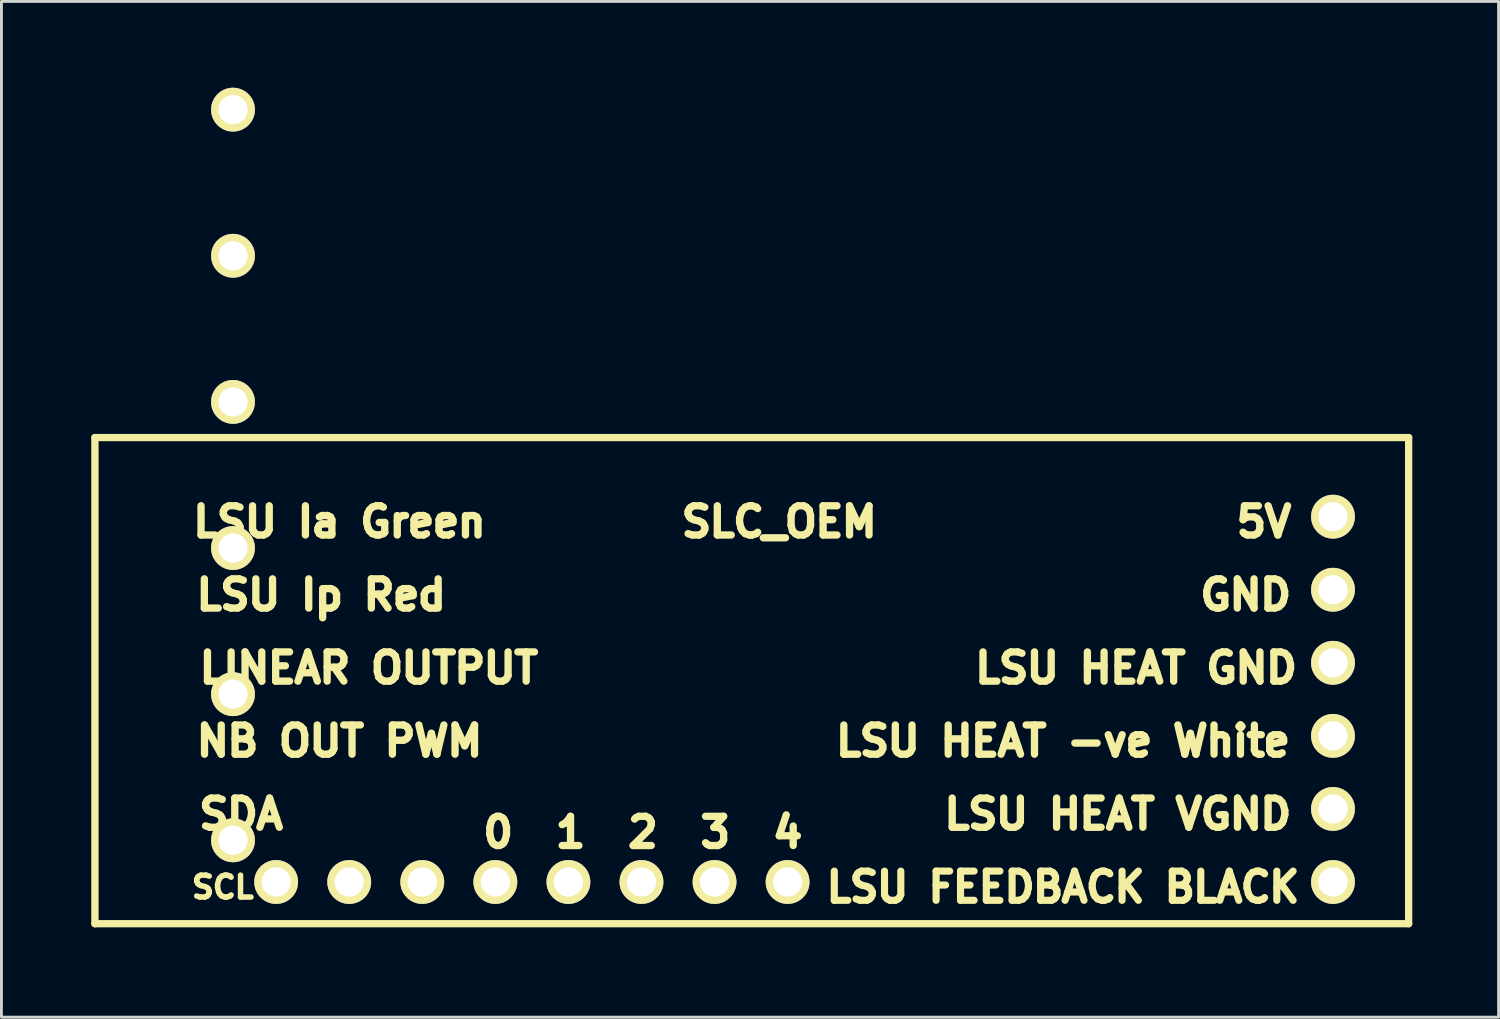
<source format=kicad_pcb>
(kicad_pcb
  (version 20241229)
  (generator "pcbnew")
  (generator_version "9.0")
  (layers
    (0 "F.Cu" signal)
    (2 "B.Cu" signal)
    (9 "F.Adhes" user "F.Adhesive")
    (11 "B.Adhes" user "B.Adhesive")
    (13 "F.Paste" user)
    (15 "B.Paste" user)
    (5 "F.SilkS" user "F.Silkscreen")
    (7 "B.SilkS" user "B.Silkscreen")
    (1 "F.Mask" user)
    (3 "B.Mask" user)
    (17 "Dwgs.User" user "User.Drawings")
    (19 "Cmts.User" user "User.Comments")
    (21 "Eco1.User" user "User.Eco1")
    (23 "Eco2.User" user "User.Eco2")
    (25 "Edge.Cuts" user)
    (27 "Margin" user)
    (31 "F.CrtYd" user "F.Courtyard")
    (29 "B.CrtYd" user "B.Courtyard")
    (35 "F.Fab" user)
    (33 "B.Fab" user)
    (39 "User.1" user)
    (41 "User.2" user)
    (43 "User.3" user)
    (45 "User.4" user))
  (footprint "SLC_OEM"
    (layer "F.Cu")
    (at 0.25 29.062)
    (property "Reference" "SLC_OEM" (at 23.79 -13.97 0) (layer "F.SilkS") (effects (font (size 1.016 1.016) (thickness 0.254))))
    (attr through_hole)
    (fp_line (start 0 -16.9) (end 45.67 -16.9) (stroke (width 0.254) (type solid)) (layer "F.SilkS"))
    (fp_line (start 0 0) (end 0 -16.9) (stroke (width 0.254) (type solid)) (layer "F.SilkS"))
    (fp_line (start 45.67 -16.9) (end 45.67 0) (stroke (width 0.254) (type solid)) (layer "F.SilkS"))
    (fp_line (start 45.67 0) (end 0 0) (stroke (width 0.254) (type solid)) (layer "F.SilkS"))
    (fp_text user "LSU Ip Red " (at 8.255 -11.43 0) (layer "F.SilkS") (effects (font (size 1.016 1.016) (thickness 0.254))))
    (fp_text user "LSU HEAT GND" (at 36.195 -8.89 0) (layer "F.SilkS") (effects (font (size 1.016 1.016) (thickness 0.254))))
    (fp_text user "LSU Ia Green " (at 8.89 -13.97 0) (layer "F.SilkS") (effects (font (size 1.016 1.016) (thickness 0.254))))
    (fp_text user "NB OUT PWM " (at 8.89 -6.35 0) (layer "F.SilkS") (effects (font (size 1.016 1.016) (thickness 0.254))))
    (fp_text user "SCL" (at 4.445 -1.27 0) (layer "F.SilkS") (effects (font (size 0.762 0.762) (thickness 0.191))))
    (fp_text user "LSU HEAT -ve White" (at 33.655 -6.35 0) (layer "F.SilkS") (effects (font (size 1.016 1.016) (thickness 0.254))))
    (fp_text user "SDA" (at 5.08 -3.81 0) (layer "F.SilkS") (effects (font (size 1.016 1.016) (thickness 0.254))))
    (fp_text user "GND" (at 40.005 -11.43 0) (layer "F.SilkS") (effects (font (size 1.016 1.016) (thickness 0.254))))
    (fp_text user "5V" (at 40.64 -13.97 0) (layer "F.SilkS") (effects (font (size 1.016 1.016) (thickness 0.254))))
    (fp_text user "LSU FEEDBACK BLACK" (at 33.655 -1.27 0) (layer "F.SilkS") (effects (font (size 1.016 0.991) (thickness 0.248))))
    (fp_text user "LINEAR OUTPUT" (at 9.525 -8.89 0) (layer "F.SilkS") (effects (font (size 1.016 1.016) (thickness 0.254))))
    (fp_text user "LSU HEAT VGND" (at 35.56 -3.81 0) (layer "F.SilkS") (effects (font (size 1.016 1.016) (thickness 0.254))))
    (fp_text user "0  1  2  3  4" (at 19.05 -3.175 0) (layer "F.SilkS") (effects (font (size 1.016 1.016) (thickness 0.254))))
    (pad "1" thru_hole circle (at 43.04 -14.15) (size 1.524 1.524) (drill 1.016) (layers "*.Cu" "*.Mask" "F.SilkS"))
    (pad "2" thru_hole circle (at 43.04 -11.61) (size 1.524 1.524) (drill 1.016) (layers "*.Cu" "*.Mask" "F.SilkS"))
    (pad "3" thru_hole circle (at 43.04 -9.07) (size 1.524 1.524) (drill 1.016) (layers "*.Cu" "*.Mask" "F.SilkS"))
    (pad "4" thru_hole circle (at 43.04 -6.53) (size 1.524 1.524) (drill 1.016) (layers "*.Cu" "*.Mask" "F.SilkS"))
    (pad "5" thru_hole circle (at 43.04 -3.99) (size 1.524 1.524) (drill 1.016) (layers "*.Cu" "*.Mask" "F.SilkS"))
    (pad "6" thru_hole circle (at 43.04 -1.45) (size 1.524 1.524) (drill 1.016) (layers "*.Cu" "*.Mask" "F.SilkS"))
    (pad "7" thru_hole circle (at 4.8 -28.3) (size 1.524 1.524) (drill 1.016) (layers "*.Cu" "*.Mask" "F.SilkS"))
    (pad "8" thru_hole circle (at 4.8 -23.22) (size 1.524 1.524) (drill 1.016) (layers "*.Cu" "*.Mask" "F.SilkS"))
    (pad "9" thru_hole circle (at 4.8 -18.14) (size 1.524 1.524) (drill 1.016) (layers "*.Cu" "*.Mask" "F.SilkS"))
    (pad "10" thru_hole circle (at 4.8 -13.06) (size 1.524 1.524) (drill 1.016) (layers "*.Cu" "*.Mask" "F.SilkS"))
    (pad "11" thru_hole circle (at 4.8 -7.98) (size 1.524 1.524) (drill 1.016) (layers "*.Cu" "*.Mask" "F.SilkS"))
    (pad "12" thru_hole circle (at 4.8 -2.9) (size 1.524 1.524) (drill 1.016) (layers "*.Cu" "*.Mask" "F.SilkS"))
    (pad "13" thru_hole circle (at 6.3 -1.45) (size 1.524 1.524) (drill 1.016) (layers "*.Cu" "*.Mask" "F.SilkS"))
    (pad "14" thru_hole circle (at 8.84 -1.45) (size 1.524 1.524) (drill 1.016) (layers "*.Cu" "*.Mask" "F.SilkS"))
    (pad "15" thru_hole circle (at 11.38 -1.45) (size 1.524 1.524) (drill 1.016) (layers "*.Cu" "*.Mask" "F.SilkS"))
    (pad "16" thru_hole circle (at 13.92 -1.45) (size 1.524 1.524) (drill 1.016) (layers "*.Cu" "*.Mask" "F.SilkS"))
    (pad "17" thru_hole circle (at 16.46 -1.45) (size 1.524 1.524) (drill 1.016) (layers "*.Cu" "*.Mask" "F.SilkS"))
    (pad "18" thru_hole circle (at 19 -1.45) (size 1.524 1.524) (drill 1.016) (layers "*.Cu" "*.Mask" "F.SilkS"))
    (pad "19" thru_hole circle (at 21.54 -1.45) (size 1.524 1.524) (drill 1.016) (layers "*.Cu" "*.Mask" "F.SilkS"))
    (pad "20" thru_hole circle (at 24.08 -1.45) (size 1.524 1.524) (drill 1.016) (layers "*.Cu" "*.Mask" "F.SilkS")))
  (gr_rect
    (start -3 -3)
    (end 49.047 32.312)
    (stroke (width 0.1) (type default))
    (fill no)
    (layer "Edge.Cuts")))
</source>
